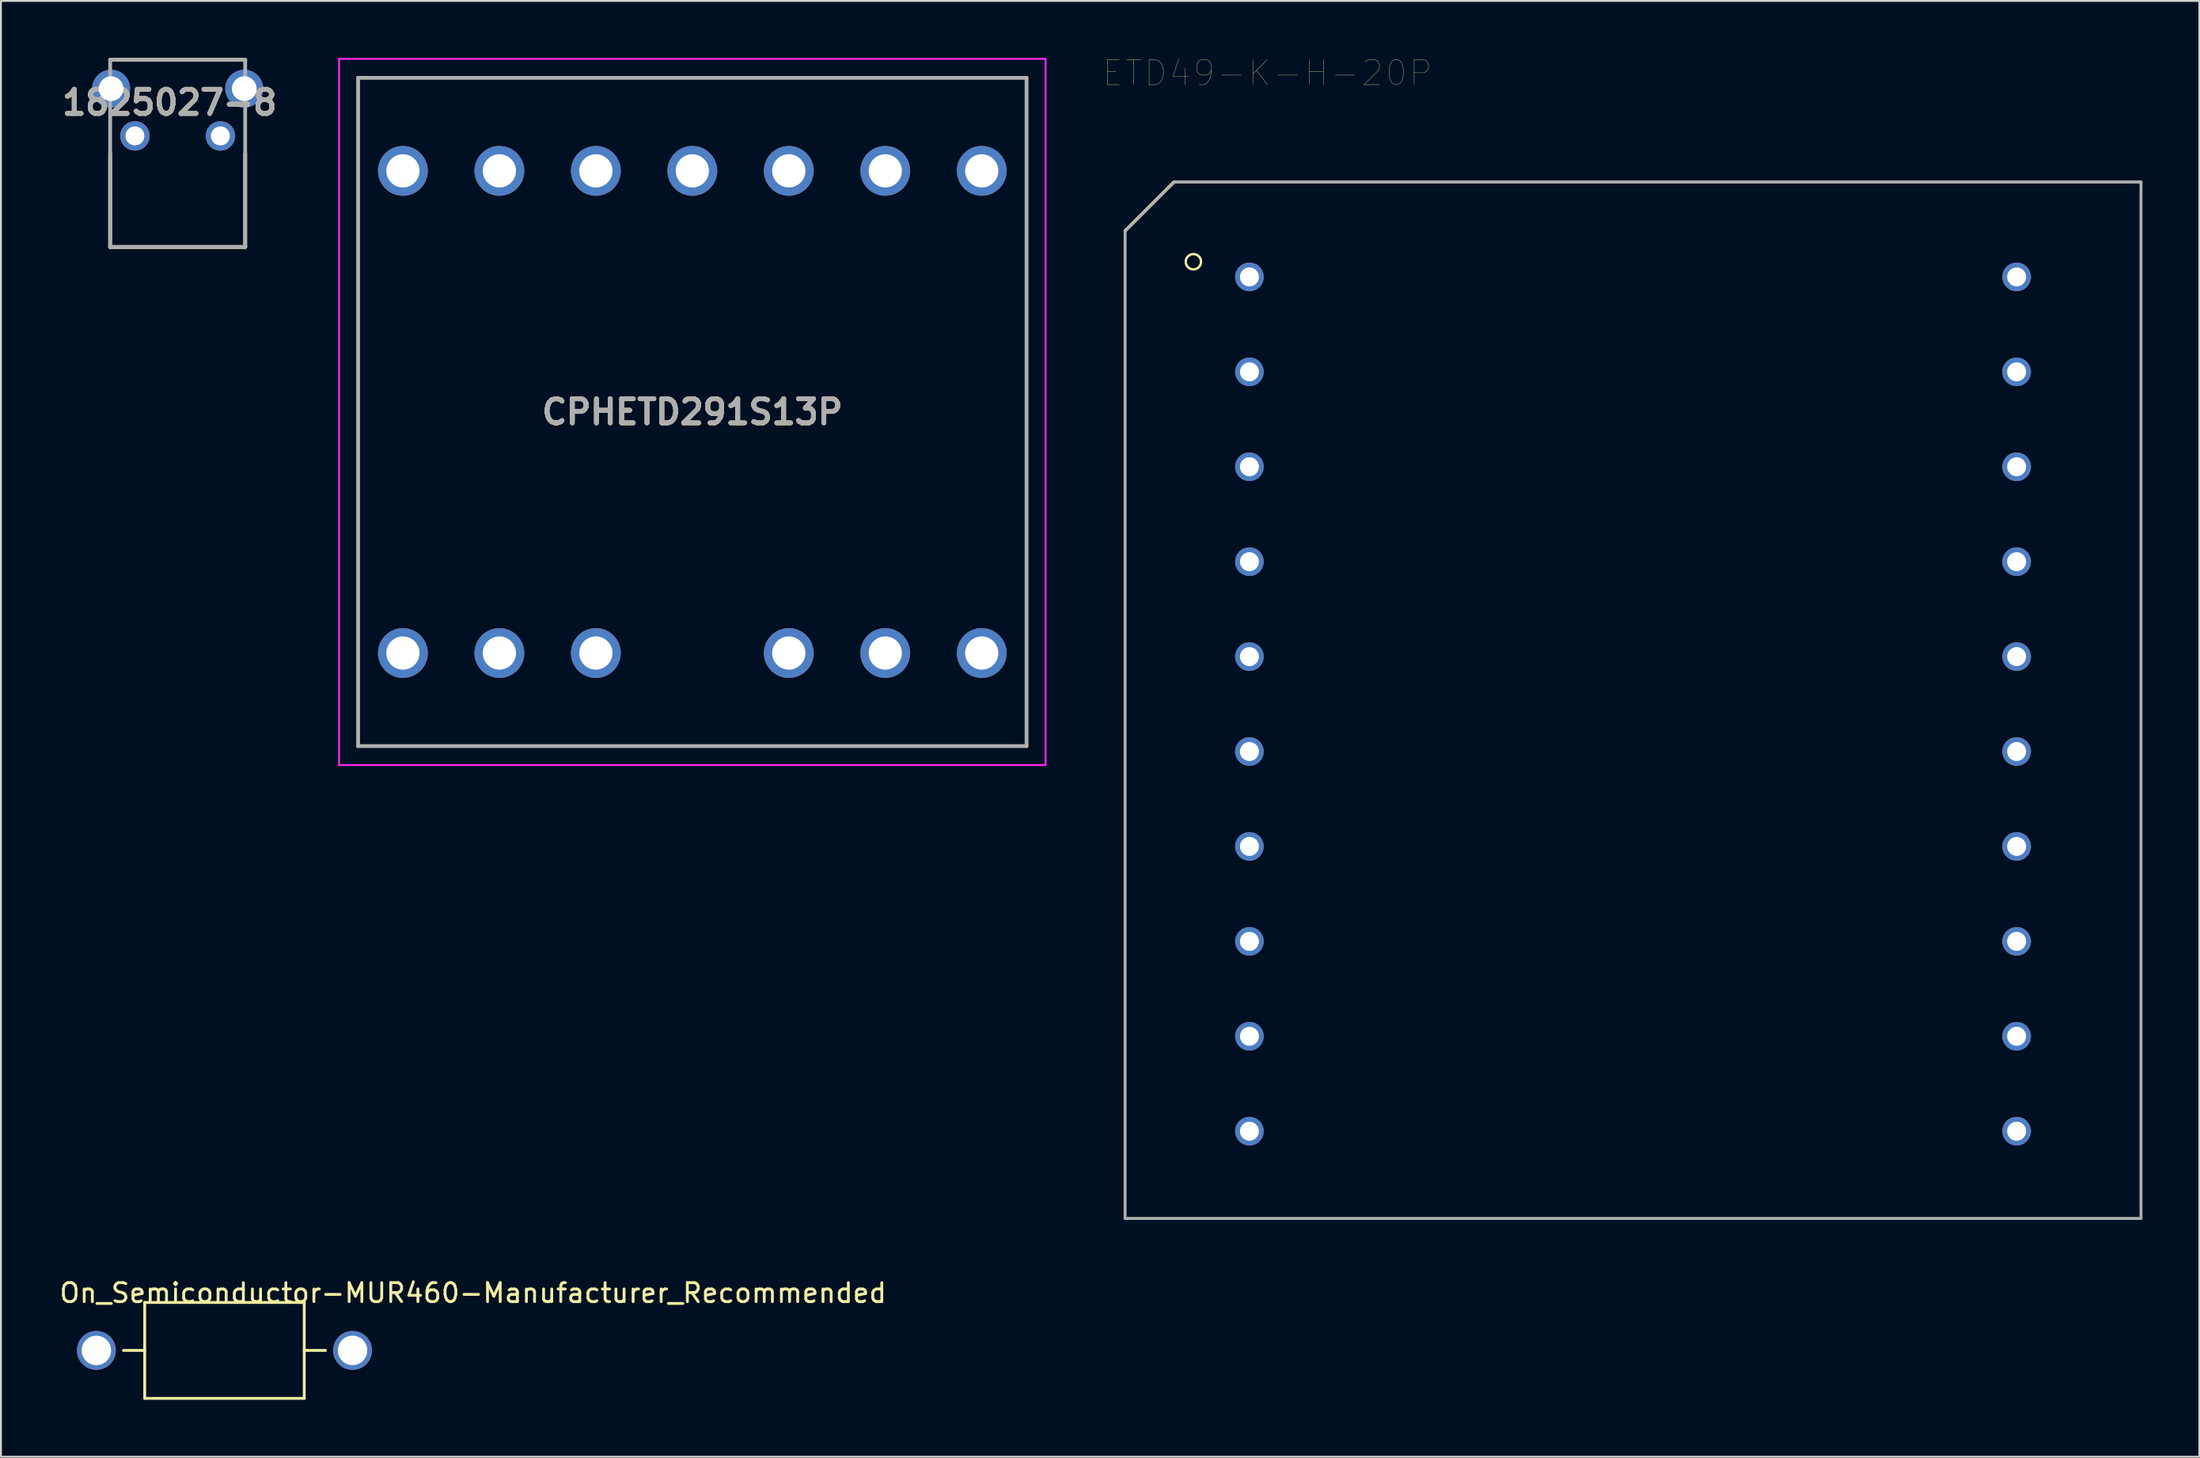
<source format=kicad_pcb>
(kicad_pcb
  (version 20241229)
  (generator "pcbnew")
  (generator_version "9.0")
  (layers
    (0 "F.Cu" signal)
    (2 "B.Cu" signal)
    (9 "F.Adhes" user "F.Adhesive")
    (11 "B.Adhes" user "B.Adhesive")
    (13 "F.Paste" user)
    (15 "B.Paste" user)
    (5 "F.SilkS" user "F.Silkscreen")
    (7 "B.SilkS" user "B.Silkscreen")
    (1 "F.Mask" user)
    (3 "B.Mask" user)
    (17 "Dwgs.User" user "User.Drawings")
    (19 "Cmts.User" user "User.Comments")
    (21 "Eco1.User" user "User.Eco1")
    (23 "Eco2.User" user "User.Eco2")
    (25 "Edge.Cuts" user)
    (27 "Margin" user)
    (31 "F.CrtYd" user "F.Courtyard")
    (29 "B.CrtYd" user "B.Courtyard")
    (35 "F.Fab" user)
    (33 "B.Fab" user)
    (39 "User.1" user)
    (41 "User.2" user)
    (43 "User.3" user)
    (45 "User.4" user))
  (footprint "CPHETD291S13P"
    (layer "F.Cu")
    (at 18.167 31.35)
    (property "Reference" "CPHETD291S13P" (at 15.24 -12.7 0) (layer "F.SilkS") (effects (font (size 1.27 1.27) (thickness 0.254))))
    (attr through_hole)
    (fp_line (start -2.36 -30.3) (end 32.84 -30.3) (stroke (width 0.1) (type solid)) (layer "F.SilkS"))
    (fp_line (start -2.36 4.9) (end -2.36 -30.3) (stroke (width 0.1) (type solid)) (layer "F.SilkS"))
    (fp_line (start 32.84 -30.3) (end 32.84 4.9) (stroke (width 0.1) (type solid)) (layer "F.SilkS"))
    (fp_line (start 32.84 4.9) (end -2.36 4.9) (stroke (width 0.1) (type solid)) (layer "F.SilkS"))
    (fp_line (start -3.36 -31.3) (end 33.84 -31.3) (stroke (width 0.1) (type solid)) (layer "F.CrtYd"))
    (fp_line (start -3.36 5.9) (end -3.36 -31.3) (stroke (width 0.1) (type solid)) (layer "F.CrtYd"))
    (fp_line (start 33.84 -31.3) (end 33.84 5.9) (stroke (width 0.1) (type solid)) (layer "F.CrtYd"))
    (fp_line (start 33.84 5.9) (end -3.36 5.9) (stroke (width 0.1) (type solid)) (layer "F.CrtYd"))
    (fp_line (start -2.36 -30.3) (end 32.84 -30.3) (stroke (width 0.2) (type solid)) (layer "F.Fab"))
    (fp_line (start -2.36 4.9) (end -2.36 -30.3) (stroke (width 0.2) (type solid)) (layer "F.Fab"))
    (fp_line (start 32.84 -30.3) (end 32.84 4.9) (stroke (width 0.2) (type solid)) (layer "F.Fab"))
    (fp_line (start 32.84 4.9) (end -2.36 4.9) (stroke (width 0.2) (type solid)) (layer "F.Fab"))
    (fp_text user "${REFERENCE}" (at 15.24 -12.7 0) (layer "F.Fab") (effects (font (size 1.27 1.27) (thickness 0.254))))
    (pad "1" thru_hole circle (at 0 0) (size 2.625 2.625) (drill 1.75) (layers "*.Cu" "*.Mask"))
    (pad "2" thru_hole circle (at 5.08 0) (size 2.625 2.625) (drill 1.75) (layers "*.Cu" "*.Mask"))
    (pad "3" thru_hole circle (at 10.16 0) (size 2.625 2.625) (drill 1.75) (layers "*.Cu" "*.Mask"))
    (pad "5" thru_hole circle (at 20.32 0) (size 2.625 2.625) (drill 1.75) (layers "*.Cu" "*.Mask"))
    (pad "6" thru_hole circle (at 25.4 0) (size 2.625 2.625) (drill 1.75) (layers "*.Cu" "*.Mask"))
    (pad "7" thru_hole circle (at 30.48 0) (size 2.625 2.625) (drill 1.75) (layers "*.Cu" "*.Mask"))
    (pad "8" thru_hole circle (at 30.48 -25.4) (size 2.625 2.625) (drill 1.75) (layers "*.Cu" "*.Mask"))
    (pad "9" thru_hole circle (at 25.4 -25.4) (size 2.625 2.625) (drill 1.75) (layers "*.Cu" "*.Mask"))
    (pad "10" thru_hole circle (at 20.32 -25.4) (size 2.625 2.625) (drill 1.75) (layers "*.Cu" "*.Mask"))
    (pad "11" thru_hole circle (at 15.24 -25.4) (size 2.625 2.625) (drill 1.75) (layers "*.Cu" "*.Mask"))
    (pad "12" thru_hole circle (at 10.16 -25.4) (size 2.625 2.625) (drill 1.75) (layers "*.Cu" "*.Mask"))
    (pad "13" thru_hole circle (at 5.08 -25.4) (size 2.625 2.625) (drill 1.75) (layers "*.Cu" "*.Mask"))
    (pad "14" thru_hole circle (at 0 -25.4) (size 2.625 2.625) (drill 1.75) (layers "*.Cu" "*.Mask")))
  (footprint "On_Semiconductor-MUR460-Manufacturer_Recommended"
    (layer "F.Cu")
    (at 8.77 68.085)
    (property "Reference" "On_Semiconductor-MUR460-Manufacturer_Recommended" (at -8.77 -3.025 0) (layer "F.SilkS") (effects (font (size 1 1) (thickness 0.15)) (justify left)))
    (attr through_hole)
    (fp_line (start -5.32 0) (end -4.2 0) (stroke (width 0.15) (type solid)) (layer "F.SilkS"))
    (fp_line (start -4.2 -2.525) (end 4.2 -2.525) (stroke (width 0.15) (type solid)) (layer "F.SilkS"))
    (fp_line (start -4.2 2.525) (end -4.2 -2.525) (stroke (width 0.15) (type solid)) (layer "F.SilkS"))
    (fp_line (start -4.2 2.525) (end 4.2 2.525) (stroke (width 0.15) (type solid)) (layer "F.SilkS"))
    (fp_line (start 4.2 0) (end 5.32 0) (stroke (width 0.15) (type solid)) (layer "F.SilkS"))
    (fp_line (start 4.2 2.525) (end 4.2 -2.525) (stroke (width 0.15) (type solid)) (layer "F.SilkS"))
    (pad "1" thru_hole circle (at -6.745 0) (size 2.05 2.05) (drill 1.55) (layers "*.Cu"))
    (pad "2" thru_hole circle (at 6.745 0) (size 2.05 2.05) (drill 1.55) (layers "*.Cu")))
  (footprint "ETD49-K-H-20P"
    (layer "F.Cu")
    (at 62.743 11.537)
    (property "Reference" "ETD49-K-H-20P" (at 0.941 -10.738 0) (layer "F.SilkS") (effects (font (size 1.32 1.32) (thickness 0.015))))
    (attr through_hole)
    (fp_line (start -6.55 -2.45) (end -4 -5) (stroke (width 0.127) (type solid)) (layer "F.SilkS"))
    (fp_line (start -6.55 49.6) (end -6.55 -2.45) (stroke (width 0.127) (type solid)) (layer "F.SilkS"))
    (fp_line (start -4 -5) (end 46.95 -5) (stroke (width 0.127) (type solid)) (layer "F.SilkS"))
    (fp_line (start 46.95 -5) (end 46.95 49.6) (stroke (width 0.127) (type solid)) (layer "F.SilkS"))
    (fp_line (start 46.95 49.6) (end -6.55 49.6) (stroke (width 0.127) (type solid)) (layer "F.SilkS"))
    (fp_circle (center -2.95 -0.8) (end -2.547 -0.8) (stroke (width 0.127) (type solid)) (fill no) (layer "F.SilkS"))
    (fp_line (start -6.55 -2.4) (end -3.95 -5) (stroke (width 0.15) (type solid)) (layer "F.Fab"))
    (fp_line (start -6.55 49.6) (end -6.55 -2.4) (stroke (width 0.15) (type solid)) (layer "F.Fab"))
    (fp_line (start -3.95 -5) (end 46.95 -5) (stroke (width 0.15) (type solid)) (layer "F.Fab"))
    (fp_line (start 46.95 -5) (end 46.95 49.6) (stroke (width 0.15) (type solid)) (layer "F.Fab"))
    (fp_line (start 46.95 49.6) (end -6.55 49.6) (stroke (width 0.15) (type solid)) (layer "F.Fab"))
    (pad "1" thru_hole circle (at 0 0) (size 1.508 1.508) (drill 1) (layers "*.Cu" "*.Mask"))
    (pad "2" thru_hole circle (at 0 5) (size 1.508 1.508) (drill 1) (layers "*.Cu" "*.Mask"))
    (pad "3" thru_hole circle (at 0 10) (size 1.508 1.508) (drill 1) (layers "*.Cu" "*.Mask"))
    (pad "4" thru_hole circle (at 0 15) (size 1.508 1.508) (drill 1) (layers "*.Cu" "*.Mask"))
    (pad "5" thru_hole circle (at 0 20) (size 1.508 1.508) (drill 1) (layers "*.Cu" "*.Mask"))
    (pad "6" thru_hole circle (at 0 25) (size 1.508 1.508) (drill 1) (layers "*.Cu" "*.Mask"))
    (pad "7" thru_hole circle (at 0 30) (size 1.508 1.508) (drill 1) (layers "*.Cu" "*.Mask"))
    (pad "8" thru_hole circle (at 0 35) (size 1.508 1.508) (drill 1) (layers "*.Cu" "*.Mask"))
    (pad "9" thru_hole circle (at 0 40) (size 1.508 1.508) (drill 1) (layers "*.Cu" "*.Mask"))
    (pad "10" thru_hole circle (at 0 45) (size 1.508 1.508) (drill 1) (layers "*.Cu" "*.Mask"))
    (pad "11" thru_hole circle (at 40.4 45) (size 1.508 1.508) (drill 1) (layers "*.Cu" "*.Mask"))
    (pad "12" thru_hole circle (at 40.4 40) (size 1.508 1.508) (drill 1) (layers "*.Cu" "*.Mask"))
    (pad "13" thru_hole circle (at 40.4 35) (size 1.508 1.508) (drill 1) (layers "*.Cu" "*.Mask"))
    (pad "14" thru_hole circle (at 40.4 30) (size 1.508 1.508) (drill 1) (layers "*.Cu" "*.Mask"))
    (pad "15" thru_hole circle (at 40.4 25) (size 1.508 1.508) (drill 1) (layers "*.Cu" "*.Mask"))
    (pad "16" thru_hole circle (at 40.4 20) (size 1.508 1.508) (drill 1) (layers "*.Cu" "*.Mask"))
    (pad "17" thru_hole circle (at 40.4 15) (size 1.508 1.508) (drill 1) (layers "*.Cu" "*.Mask"))
    (pad "18" thru_hole circle (at 40.4 10) (size 1.508 1.508) (drill 1) (layers "*.Cu" "*.Mask"))
    (pad "19" thru_hole circle (at 40.4 5) (size 1.508 1.508) (drill 1) (layers "*.Cu" "*.Mask"))
    (pad "20" thru_hole circle (at 40.4 0) (size 1.508 1.508) (drill 1) (layers "*.Cu" "*.Mask")))
  (footprint "1825027-8"
    (layer "F.Cu")
    (at 6.306 9.96)
    (property "Reference" "1825027-8" (at -0.428 -7.61 0) (layer "F.SilkS") (effects (font (size 1.27 1.27) (thickness 0.254))))
    (attr through_hole)
    (fp_line (start -3.555 -9.86) (end 3.555 -9.86) (stroke (width 0.2) (type solid)) (layer "F.SilkS"))
    (fp_line (start -3.555 -4.93) (end -3.555 0) (stroke (width 0.2) (type solid)) (layer "F.SilkS"))
    (fp_line (start -3.555 0) (end 3.555 0) (stroke (width 0.2) (type solid)) (layer "F.SilkS"))
    (fp_line (start 3.555 0) (end 3.555 -4.93) (stroke (width 0.2) (type solid)) (layer "F.SilkS"))
    (fp_line (start -3.555 -9.86) (end 3.555 -9.86) (stroke (width 0.2) (type solid)) (layer "F.Fab"))
    (fp_line (start -3.555 0) (end -3.555 -9.86) (stroke (width 0.2) (type solid)) (layer "F.Fab"))
    (fp_line (start 3.555 -9.86) (end 3.555 0) (stroke (width 0.2) (type solid)) (layer "F.Fab"))
    (fp_line (start 3.555 0) (end -3.555 0) (stroke (width 0.2) (type solid)) (layer "F.Fab"))
    (fp_text user "${REFERENCE}" (at -0.428 -7.61 0) (layer "F.Fab") (effects (font (size 1.27 1.27) (thickness 0.254))))
    (pad "1" thru_hole circle (at -2.25 -5.85) (size 1.55 1.55) (drill 1) (layers "*.Cu" "*.Mask"))
    (pad "2" thru_hole circle (at 2.25 -5.85) (size 1.55 1.55) (drill 1) (layers "*.Cu" "*.Mask"))
    (pad "3" thru_hole circle (at -3.505 -8.34) (size 2 2) (drill 1.3) (layers "*.Cu" "*.Mask"))
    (pad "4" thru_hole circle (at 3.505 -8.34) (size 2 2) (drill 1.3) (layers "*.Cu" "*.Mask")))
  (gr_rect
    (start -3 -3)
    (end 112.768 73.685)
    (stroke (width 0.1) (type default))
    (fill no)
    (layer "Edge.Cuts")))
</source>
